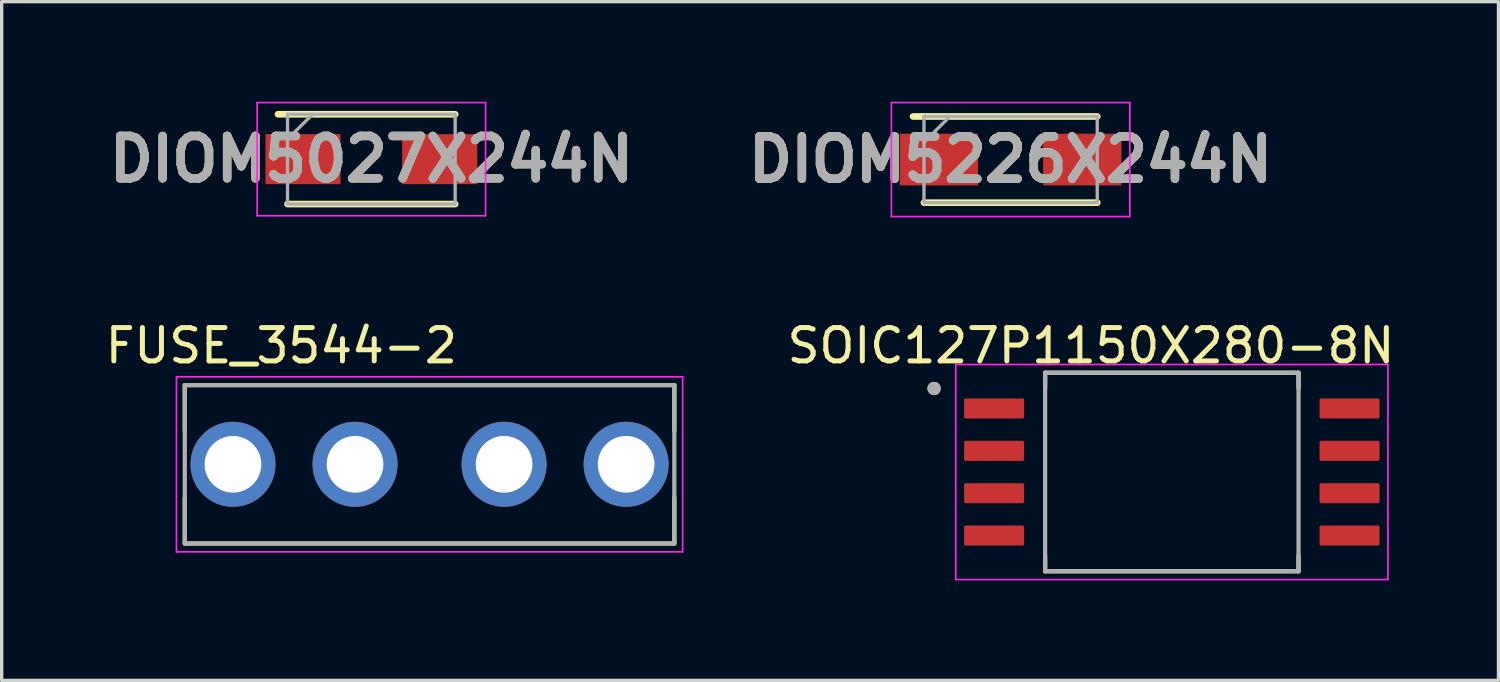
<source format=kicad_pcb>
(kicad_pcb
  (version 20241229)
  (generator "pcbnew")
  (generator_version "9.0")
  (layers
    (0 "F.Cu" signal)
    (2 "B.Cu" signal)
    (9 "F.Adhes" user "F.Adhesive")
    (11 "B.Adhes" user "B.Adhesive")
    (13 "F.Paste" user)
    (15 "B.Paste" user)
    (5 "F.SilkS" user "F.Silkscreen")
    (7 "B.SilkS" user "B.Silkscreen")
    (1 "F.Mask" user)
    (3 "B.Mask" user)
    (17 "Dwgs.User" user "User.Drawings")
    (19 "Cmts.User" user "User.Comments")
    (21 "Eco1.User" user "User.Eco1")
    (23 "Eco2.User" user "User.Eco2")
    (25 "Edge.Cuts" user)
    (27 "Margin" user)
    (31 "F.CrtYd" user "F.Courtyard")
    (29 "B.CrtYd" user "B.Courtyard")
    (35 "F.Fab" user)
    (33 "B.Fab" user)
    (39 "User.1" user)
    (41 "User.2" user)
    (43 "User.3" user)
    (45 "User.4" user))
  (footprint "DIOM5027X244N"
    (layer "F.Cu")
    (at 8.086 1.723)
    (property "Reference" "DIOM5027X244N" (at 0 0 0) (layer "F.SilkS") (effects (font (size 1.27 1.27) (thickness 0.254))))
    (attr smd)
    (fp_line (start -2.514 1.346) (end 2.514 1.346) (stroke (width 0.2) (type solid)) (layer "F.SilkS"))
    (fp_line (start 2.514 -1.346) (end -2.8 -1.346) (stroke (width 0.2) (type solid)) (layer "F.SilkS"))
    (fp_line (start -3.425 -1.698) (end 3.425 -1.698) (stroke (width 0.05) (type solid)) (layer "F.CrtYd"))
    (fp_line (start -3.425 1.698) (end -3.425 -1.698) (stroke (width 0.05) (type solid)) (layer "F.CrtYd"))
    (fp_line (start 3.425 -1.698) (end 3.425 1.698) (stroke (width 0.05) (type solid)) (layer "F.CrtYd"))
    (fp_line (start 3.425 1.698) (end -3.425 1.698) (stroke (width 0.05) (type solid)) (layer "F.CrtYd"))
    (fp_line (start -2.514 -1.346) (end 2.514 -1.346) (stroke (width 0.1) (type solid)) (layer "F.Fab"))
    (fp_line (start -2.514 -0.596) (end -1.764 -1.346) (stroke (width 0.1) (type solid)) (layer "F.Fab"))
    (fp_line (start -2.514 1.346) (end -2.514 -1.346) (stroke (width 0.1) (type solid)) (layer "F.Fab"))
    (fp_line (start 2.514 -1.346) (end 2.514 1.346) (stroke (width 0.1) (type solid)) (layer "F.Fab"))
    (fp_line (start 2.514 1.346) (end -2.514 1.346) (stroke (width 0.1) (type solid)) (layer "F.Fab"))
    (fp_text user "${REFERENCE}" (at 0 0 0) (layer "F.Fab") (effects (font (size 1.27 1.27) (thickness 0.254))))
    (pad "1" smd rect (at -2.05 0 90) (size 1.5 2.25) (layers "F.Cu" "F.Mask" "F.Paste"))
    (pad "2" smd rect (at 2.05 0 90) (size 1.5 2.25) (layers "F.Cu" "F.Mask" "F.Paste")))
  (footprint "FUSE_3544-2"
    (layer "F.Cu")
    (at 9.832 10.874)
    (property "Reference" "FUSE_3544-2" (at -4.445 -3.556 0) (layer "F.SilkS") (effects (font (size 1 1) (thickness 0.15))))
    (attr through_hole)
    (fp_line (start -7.34 -2.375) (end -7.34 -1) (stroke (width 0.127) (type solid)) (layer "F.SilkS"))
    (fp_line (start -7.34 -2.375) (end 7.34 -2.375) (stroke (width 0.127) (type solid)) (layer "F.SilkS"))
    (fp_line (start -7.34 1) (end -7.34 2.375) (stroke (width 0.127) (type solid)) (layer "F.SilkS"))
    (fp_line (start 7.34 -2.375) (end 7.34 -1) (stroke (width 0.127) (type solid)) (layer "F.SilkS"))
    (fp_line (start 7.34 1) (end 7.34 2.375) (stroke (width 0.127) (type solid)) (layer "F.SilkS"))
    (fp_line (start 7.34 2.375) (end -7.34 2.375) (stroke (width 0.127) (type solid)) (layer "F.SilkS"))
    (fp_line (start -7.59 -2.625) (end 7.59 -2.625) (stroke (width 0.05) (type solid)) (layer "F.CrtYd"))
    (fp_line (start -7.59 2.625) (end -7.59 -2.625) (stroke (width 0.05) (type solid)) (layer "F.CrtYd"))
    (fp_line (start 7.59 -2.625) (end 7.59 2.625) (stroke (width 0.05) (type solid)) (layer "F.CrtYd"))
    (fp_line (start 7.59 2.625) (end -7.59 2.625) (stroke (width 0.05) (type solid)) (layer "F.CrtYd"))
    (fp_line (start -7.34 -2.375) (end 7.34 -2.375) (stroke (width 0.127) (type solid)) (layer "F.Fab"))
    (fp_line (start -7.34 2.375) (end -7.34 -2.375) (stroke (width 0.127) (type solid)) (layer "F.Fab"))
    (fp_line (start 7.34 -2.375) (end 7.34 2.375) (stroke (width 0.127) (type solid)) (layer "F.Fab"))
    (fp_line (start 7.34 2.375) (end -7.34 2.375) (stroke (width 0.127) (type solid)) (layer "F.Fab"))
    (pad "1_1" thru_hole circle (at -5.895 0) (size 2.55 2.55) (drill 1.7) (layers "*.Cu" "*.Mask"))
    (pad "1_2" thru_hole circle (at -2.235 0) (size 2.55 2.55) (drill 1.7) (layers "*.Cu" "*.Mask"))
    (pad "2_1" thru_hole circle (at 2.235 0) (size 2.55 2.55) (drill 1.7) (layers "*.Cu" "*.Mask"))
    (pad "2_2" thru_hole circle (at 5.895 0) (size 2.55 2.55) (drill 1.7) (layers "*.Cu" "*.Mask")))
  (footprint "DIOM5226X244N"
    (layer "F.Cu")
    (at 27.257 1.735)
    (property "Reference" "DIOM5226X244N" (at 0 0 0) (layer "F.SilkS") (effects (font (size 1.27 1.27) (thickness 0.254))))
    (attr smd)
    (fp_line (start -2.598 1.292) (end 2.598 1.292) (stroke (width 0.2) (type solid)) (layer "F.SilkS"))
    (fp_line (start 2.598 -1.292) (end -2.925 -1.292) (stroke (width 0.2) (type solid)) (layer "F.SilkS"))
    (fp_line (start -3.575 -1.71) (end 3.575 -1.71) (stroke (width 0.05) (type solid)) (layer "F.CrtYd"))
    (fp_line (start -3.575 1.71) (end -3.575 -1.71) (stroke (width 0.05) (type solid)) (layer "F.CrtYd"))
    (fp_line (start 3.575 -1.71) (end 3.575 1.71) (stroke (width 0.05) (type solid)) (layer "F.CrtYd"))
    (fp_line (start 3.575 1.71) (end -3.575 1.71) (stroke (width 0.05) (type solid)) (layer "F.CrtYd"))
    (fp_line (start -2.598 -1.292) (end 2.598 -1.292) (stroke (width 0.1) (type solid)) (layer "F.Fab"))
    (fp_line (start -2.598 -0.518) (end -1.822 -1.292) (stroke (width 0.1) (type solid)) (layer "F.Fab"))
    (fp_line (start -2.598 1.292) (end -2.598 -1.292) (stroke (width 0.1) (type solid)) (layer "F.Fab"))
    (fp_line (start 2.598 -1.292) (end 2.598 1.292) (stroke (width 0.1) (type solid)) (layer "F.Fab"))
    (fp_line (start 2.598 1.292) (end -2.598 1.292) (stroke (width 0.1) (type solid)) (layer "F.Fab"))
    (fp_text user "${REFERENCE}" (at 0 0 0) (layer "F.Fab") (effects (font (size 1.27 1.27) (thickness 0.254))))
    (pad "1" smd rect (at -2.15 0 90) (size 1.55 2.35) (layers "F.Cu" "F.Mask" "F.Paste"))
    (pad "2" smd rect (at 2.15 0 90) (size 1.55 2.35) (layers "F.Cu" "F.Mask" "F.Paste")))
  (footprint "SOIC127P1150X280-8N"
    (layer "F.Cu")
    (at 32.092 11.105)
    (property "Reference" "SOIC127P1150X280-8N" (at -2.425 -3.787 0) (layer "F.SilkS") (effects (font (size 1 1) (thickness 0.15))))
    (attr smd)
    (fp_line (start -3.8 -2.975) (end -3.8 -2.52) (stroke (width 0.127) (type solid)) (layer "F.SilkS"))
    (fp_line (start -3.8 -2.975) (end 3.8 -2.975) (stroke (width 0.127) (type solid)) (layer "F.SilkS"))
    (fp_line (start -3.8 2.975) (end -3.8 2.52) (stroke (width 0.127) (type solid)) (layer "F.SilkS"))
    (fp_line (start -3.8 2.975) (end 3.8 2.975) (stroke (width 0.127) (type solid)) (layer "F.SilkS"))
    (fp_line (start 3.8 -2.975) (end 3.8 -2.52) (stroke (width 0.127) (type solid)) (layer "F.SilkS"))
    (fp_line (start 3.8 2.975) (end 3.8 2.52) (stroke (width 0.127) (type solid)) (layer "F.SilkS"))
    (fp_circle (center -7.13 -2.505) (end -7.03 -2.505) (stroke (width 0.2) (type solid)) (fill no) (layer "F.SilkS"))
    (fp_line (start -6.48 -3.225) (end -6.48 3.225) (stroke (width 0.05) (type solid)) (layer "F.CrtYd"))
    (fp_line (start -6.48 -3.225) (end 6.48 -3.225) (stroke (width 0.05) (type solid)) (layer "F.CrtYd"))
    (fp_line (start -6.48 3.225) (end 6.48 3.225) (stroke (width 0.05) (type solid)) (layer "F.CrtYd"))
    (fp_line (start 6.48 -3.225) (end 6.48 3.225) (stroke (width 0.05) (type solid)) (layer "F.CrtYd"))
    (fp_line (start -3.8 -2.975) (end -3.8 2.975) (stroke (width 0.127) (type solid)) (layer "F.Fab"))
    (fp_line (start -3.8 -2.975) (end 3.8 -2.975) (stroke (width 0.127) (type solid)) (layer "F.Fab"))
    (fp_line (start -3.8 2.975) (end 3.8 2.975) (stroke (width 0.127) (type solid)) (layer "F.Fab"))
    (fp_line (start 3.8 -2.975) (end 3.8 2.975) (stroke (width 0.127) (type solid)) (layer "F.Fab"))
    (fp_circle (center -7.13 -2.505) (end -7.03 -2.505) (stroke (width 0.2) (type solid)) (fill no) (layer "F.Fab"))
    (pad "1" smd roundrect (at -5.33 -1.905) (size 1.8 0.6) (layers "F.Cu" "F.Mask" "F.Paste") (roundrect_rratio 0.07))
    (pad "2" smd roundrect (at -5.33 -0.635) (size 1.8 0.6) (layers "F.Cu" "F.Mask" "F.Paste") (roundrect_rratio 0.07))
    (pad "3" smd roundrect (at -5.33 0.635) (size 1.8 0.6) (layers "F.Cu" "F.Mask" "F.Paste") (roundrect_rratio 0.07))
    (pad "4" smd roundrect (at -5.33 1.905) (size 1.8 0.6) (layers "F.Cu" "F.Mask" "F.Paste") (roundrect_rratio 0.07))
    (pad "5" smd roundrect (at 5.33 1.905) (size 1.8 0.6) (layers "F.Cu" "F.Mask" "F.Paste") (roundrect_rratio 0.07))
    (pad "6" smd roundrect (at 5.33 0.635) (size 1.8 0.6) (layers "F.Cu" "F.Mask" "F.Paste") (roundrect_rratio 0.07))
    (pad "7" smd roundrect (at 5.33 -0.635) (size 1.8 0.6) (layers "F.Cu" "F.Mask" "F.Paste") (roundrect_rratio 0.07))
    (pad "8" smd roundrect (at 5.33 -1.905) (size 1.8 0.6) (layers "F.Cu" "F.Mask" "F.Paste") (roundrect_rratio 0.07)))
  (gr_rect
    (start -3 -3)
    (end 41.887 17.355)
    (stroke (width 0.1) (type default))
    (fill no)
    (layer "Edge.Cuts")))
</source>
